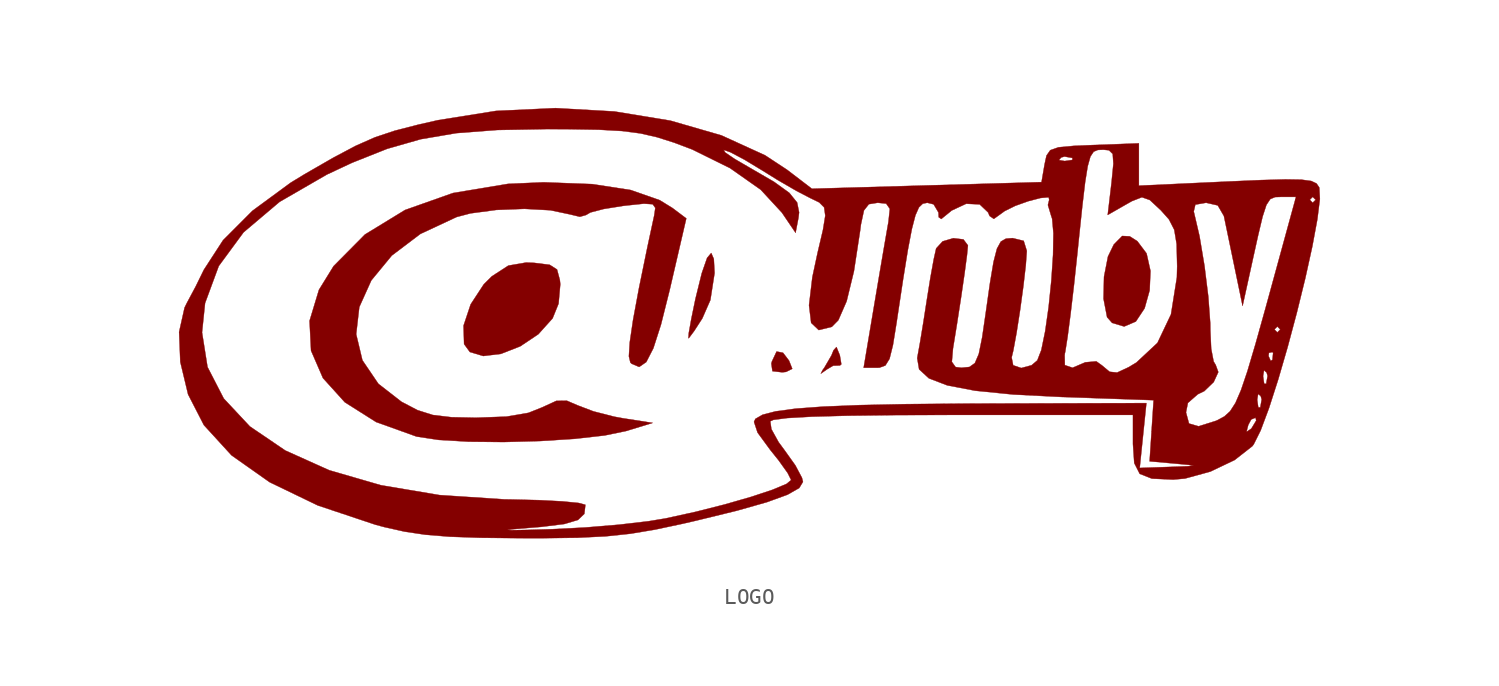
<source format=kicad_sym>
(kicad_symbol_lib
  (version 20220914)
  (generator "bitmap2component")
  (generator_version "8.0")
  (symbol "LOGO"
    (pin_names
      (offset 1.016))
    (property "Reference" "#G"
      (at 0 12.602 0)
      (effects (font (size 1.27 1.27)) hide))
    (symbol "LOGO_0_0"
      (polyline (pts (xy -13.687 -13.18) (xy -11.98 -13.096) (xy -10.485 -12.939) (xy -9.002 -12.692) (xy -7.334 -12.338) (xy -6.504 -12.147) (xy -4.025 -11.542) (xy -2.186 -11.021) (xy -0.937 -10.567) (xy -0.226 -10.162) (xy 0 -9.788) (xy -0.061 -9.541) (xy -0.461 -8.787) (xy -1.111 -7.877) (xy -1.48 -7.376) (xy -1.917 -6.586) (xy -1.984 -6.109) (xy -1.791 -6.024) (xy -0.956 -5.915) (xy 0.542 -5.83) (xy 2.716 -5.771) (xy 5.579 -5.736) (xy 9.144 -5.724) (xy 20.034 -5.724) (xy 20.034 -7.474) (xy 20.034 -7.494) (xy 20.112 -8.648) (xy 20.444 -9.302) (xy 21.182 -9.591) (xy 22.478 -9.651) (xy 23.193 -9.587) (xy 24.735 -9.165) (xy 26.204 -8.465) (xy 27.279 -7.624) (xy 27.366 -7.509) (xy 27.785 -6.669) (xy 28.291 -5.316) (xy 28.849 -3.582) (xy 29.426 -1.601) (xy 29.986 0.495) (xy 30.497 2.575) (xy 30.922 4.504) (xy 31.228 6.151) (xy 31.381 7.382) (xy 31.346 8.067) (xy 31.335 8.094) (xy 31.178 8.325) (xy 30.858 8.476) (xy 30.266 8.556) (xy 29.291 8.573) (xy 27.822 8.532) (xy 25.749 8.442) (xy 20.392 8.192) (xy 20.392 9.477) (xy 20.392 10.762) (xy 17.622 10.658) (xy 16.434 10.608) (xy 15.51 10.521) (xy 15.013 10.346) (xy 14.785 10.02) (xy 14.725 9.745) (xy 15.538 9.745) (xy 15.674 9.904) (xy 15.881 9.961) (xy 16.359 9.875) (xy 16.354 9.753) (xy 15.89 9.687) (xy 15.538 9.745) (xy 14.725 9.745) (xy 14.667 9.48) (xy 14.483 8.407) (xy 7.513 8.207) (xy 0.543 8.006) (xy -0.968 9.16) (xy -2.301 10.037) (xy -4.952 11.246) (xy -8.045 12.139) (xy -11.445 12.697) (xy -15.019 12.9) (xy -18.634 12.731) (xy -22.155 12.169) (xy -23.362 11.894) (xy -24.795 11.525) (xy -25.988 11.126) (xy -27.155 10.61) (xy -28.507 9.893) (xy -30.257 8.887) (xy -31.101 8.372) (xy -33.42 6.669) (xy -35.205 4.881) (xy -36.367 3.091) (xy -36.873 2.061) (xy -37.401 1.073) (xy -37.54 0.792) (xy -37.872 -0.688) (xy -37.871 -0.716) (xy -36.481 -0.716) (xy -36.297 1.062) (xy -35.466 3.312) (xy -33.96 5.359) (xy -31.773 7.209) (xy -28.9 8.869) (xy -27.361 9.588) (xy -25.242 10.43) (xy -23.199 11.014) (xy -21.035 11.382) (xy -18.555 11.572) (xy -15.562 11.627) (xy -14.285 11.623) (xy -12.409 11.591) (xy -10.99 11.511) (xy -9.863 11.365) (xy -8.86 11.135) (xy -7.816 10.804) (xy -6.723 10.391) (xy -4.429 9.258) (xy -2.567 7.949) (xy -1.279 6.556) (xy -0.448 5.332) (xy -0.275 6.235) (xy -0.235 6.569) (xy -0.355 7.172) (xy -0.83 7.758) (xy -1.759 8.429) (xy -3.242 9.289) (xy -4.14 9.812) (xy -4.729 10.212) (xy -4.814 10.368) (xy -4.398 10.219) (xy -3.552 9.771) (xy -2.488 9.127) (xy -1.53 8.533) (xy -0.384 7.869) (xy 0.447 7.438) (xy 0.986 7.176) (xy 1.286 6.874) (xy 1.355 6.374) (xy 1.215 5.509) (xy 0.887 4.114) (xy 0.57 2.636) (xy 0.368 0.934) (xy 0.497 -0.136) (xy 0.959 -0.574) (xy 1.751 -0.378) (xy 2.148 0.025) (xy 2.652 1.179) (xy 3.095 2.999) (xy 3.47 5.456) (xy 3.519 5.835) (xy 3.702 6.69) (xy 4.003 7.069) (xy 4.538 7.155) (xy 5.053 7.103) (xy 5.274 6.787) (xy 5.189 5.992) (xy 5.096 5.464) (xy 4.887 4.255) (xy 4.621 2.692) (xy 4.332 0.984) (xy 3.685 -2.862) (xy 4.482 -2.862) (xy 4.644 -2.856) (xy 5.003 -2.726) (xy 5.256 -2.318) (xy 5.463 -1.487) (xy 5.689 -0.089) (xy 5.716 0.099) (xy 6.079 2.504) (xy 6.369 4.296) (xy 6.611 5.562) (xy 6.827 6.393) (xy 7.04 6.875) (xy 7.274 7.1) (xy 7.549 7.155) (xy 7.933 7.06) (xy 8.228 6.563) (xy 8.241 6.277) (xy 8.397 6.17) (xy 8.882 6.563) (xy 9.029 6.685) (xy 9.909 7.095) (xy 10.728 7.057) (xy 11.238 6.57) (xy 11.331 6.353) (xy 11.588 6.176) (xy 12.081 6.53) (xy 12.245 6.65) (xy 12.888 6.968) (xy 13.685 7.252) (xy 14.43 7.445) (xy 14.92 7.489) (xy 14.948 7.329) (xy 14.871 7.02) (xy 15.069 6.359) (xy 15.128 6.181) (xy 15.205 5.308) (xy 15.183 3.996) (xy 15.079 2.438) (xy 14.914 0.825) (xy 14.704 -0.649) (xy 14.469 -1.793) (xy 14.366 -2.057) (xy 15.885 -2.057) (xy 15.928 -1.862) (xy 16.068 -0.968) (xy 16.249 0.425) (xy 16.454 2.169) (xy 16.663 4.114) (xy 16.744 4.909) (xy 16.958 6.947) (xy 17.13 8.402) (xy 17.286 9.374) (xy 17.45 9.959) (xy 17.647 10.255) (xy 17.901 10.361) (xy 18.237 10.375) (xy 18.576 10.342) (xy 18.806 10.116) (xy 18.845 9.524) (xy 18.734 8.395) (xy 18.501 6.415) (xy 19.616 7.053) (xy 19.976 7.256) (xy 20.577 7.49) (xy 21.055 7.322) (xy 21.724 6.7) (xy 22.217 6.148) (xy 22.541 5.516) (xy 22.685 4.647) (xy 22.717 3.301) (xy 22.701 2.631) (xy 22.342 0.379) (xy 21.52 -1.352) (xy 20.241 -2.545) (xy 19.762 -2.832) (xy 19.074 -3.152) (xy 18.619 -3.107) (xy 18.15 -2.716) (xy 17.809 -2.473) (xy 17.14 -2.531) (xy 16.368 -2.861) (xy 15.898 -2.703) (xy 15.885 -2.057) (xy 14.366 -2.057) (xy 14.227 -2.415) (xy 13.879 -2.709) (xy 13.253 -2.878) (xy 12.761 -2.711) (xy 12.668 -2.236) (xy 12.768 -1.824) (xy 12.966 -0.748) (xy 13.182 0.638) (xy 13.38 2.089) (xy 13.527 3.359) (xy 13.587 4.204) (xy 13.587 4.24) (xy 13.4 4.844) (xy 12.728 5.008) (xy 12.321 4.976) (xy 12.013 4.8) (xy 11.777 4.369) (xy 11.57 3.569) (xy 11.354 2.285) (xy 11.087 0.406) (xy 10.879 -1.018) (xy 10.674 -2.026) (xy 10.436 -2.58) (xy 10.106 -2.814) (xy 9.622 -2.862) (xy 9.264 -2.819) (xy 9.038 -2.501) (xy 9.107 -1.699) (xy 9.352 -0.191) (xy 9.601 1.425) (xy 9.812 2.876) (xy 9.959 3.982) (xy 10.014 4.561) (xy 10.014 4.568) (xy 9.741 4.931) (xy 9.129 5.003) (xy 8.478 4.811) (xy 8.086 4.382) (xy 8.086 4.382) (xy 7.939 3.723) (xy 7.735 2.598) (xy 7.519 1.252) (xy 7.309 -0.1) (xy 7.101 -1.362) (xy 6.95 -2.196) (xy 6.936 -2.278) (xy 7.051 -2.956) (xy 7.644 -3.503) (xy 8.763 -3.932) (xy 10.455 -4.255) (xy 12.765 -4.486) (xy 15.741 -4.637) (xy 21.286 -4.83) (xy 21.238 -5.569) (xy 23.253 -5.569) (xy 23.368 -4.997) (xy 23.969 -4.472) (xy 24.366 -4.279) (xy 24.935 -3.731) (xy 25.214 -3.123) (xy 25.057 -2.692) (xy 24.931 -2.481) (xy 24.782 -1.708) (xy 24.732 -0.613) (xy 24.726 -0.165) (xy 24.608 1.452) (xy 24.376 3.322) (xy 24.075 5.122) (xy 23.747 6.529) (xy 23.723 6.624) (xy 23.82 7.041) (xy 24.475 7.155) (xy 25.181 6.994) (xy 25.555 6.35) (xy 25.689 5.707) (xy 25.929 4.555) (xy 26.206 3.22) (xy 26.689 0.894) (xy 27.318 3.756) (xy 27.623 5.136) (xy 27.905 6.319) (xy 28.135 7.025) (xy 28.37 7.378) (xy 28.667 7.5) (xy 29.085 7.513) (xy 29.931 7.513) (xy 29.883 7.334) (xy 30.766 7.334) (xy 30.945 7.513) (xy 31.124 7.334) (xy 30.945 7.155) (xy 30.766 7.334) (xy 29.883 7.334) (xy 28.39 1.885) (xy 28.072 0.726) (xy 27.719 -0.537) (xy 28.62 -0.537) (xy 28.799 -0.358) (xy 28.977 -0.537) (xy 28.799 -0.716) (xy 28.62 -0.537) (xy 27.719 -0.537) (xy 27.463 -1.45) (xy 27.256 -2.146) (xy 28.262 -2.146) (xy 28.288 -1.957) (xy 28.5 -1.908) (xy 28.543 -1.96) (xy 28.5 -2.385) (xy 28.393 -2.441) (xy 28.262 -2.146) (xy 27.256 -2.146) (xy 26.983 -3.068) (xy 26.881 -3.369) (xy 27.932 -3.369) (xy 27.99 -3.017) (xy 28.149 -3.153) (xy 28.206 -3.36) (xy 28.12 -3.838) (xy 27.998 -3.833) (xy 27.932 -3.369) (xy 26.881 -3.369) (xy 26.592 -4.22) (xy 26.341 -4.8) (xy 27.575 -4.8) (xy 27.632 -4.448) (xy 27.791 -4.584) (xy 27.848 -4.79) (xy 27.763 -5.269) (xy 27.64 -5.264) (xy 27.575 -4.8) (xy 26.341 -4.8) (xy 26.254 -5) (xy 25.931 -5.501) (xy 25.586 -5.815) (xy 25.18 -6.035) (xy 25.068 -6.085) (xy 24.019 -6.415) (xy 23.435 -6.247) (xy 23.253 -5.569) (xy 21.238 -5.569) (xy 21.165 -6.686) (xy 21.161 -6.753) (xy 26.924 -6.753) (xy 27.033 -6.335) (xy 27.211 -6.001) (xy 27.477 -5.893) (xy 27.516 -6.066) (xy 27.233 -6.535) (xy 27.186 -6.581) (xy 26.924 -6.753) (xy 21.161 -6.753) (xy 21.044 -8.542) (xy 22.596 -8.68) (xy 23.429 -8.758) (xy 23.717 -8.808) (xy 23.349 -8.842) (xy 22.296 -8.881) (xy 20.443 -8.944) (xy 20.646 -6.976) (xy 20.849 -5.008) (xy 11.051 -5.035) (xy 9.654 -5.04) (xy 6.226 -5.071) (xy 3.437 -5.13) (xy 1.231 -5.22) (xy -0.448 -5.344) (xy -1.657 -5.507) (xy -2.451 -5.713) (xy -2.888 -5.964) (xy -2.972 -6.145) (xy -2.755 -6.799) (xy -1.985 -7.85) (xy -1.477 -8.484) (xy -0.928 -9.252) (xy -0.716 -9.678) (xy -0.993 -9.909) (xy -1.845 -10.267) (xy -3.14 -10.697) (xy -4.744 -11.158) (xy -6.523 -11.609) (xy -8.343 -12.008) (xy -9.37 -12.178) (xy -11.169 -12.388) (xy -13.205 -12.558) (xy -15.204 -12.661) (xy -16.753 -12.707) (xy -17.693 -12.723) (xy -17.951 -12.707) (xy -17.543 -12.656) (xy -16.485 -12.57) (xy -15.874 -12.52) (xy -14.487 -12.348) (xy -13.659 -12.101) (xy -13.272 -11.731) (xy -13.209 -11.188) (xy -13.214 -11.177) (xy -13.624 -11.069) (xy -14.6 -10.973) (xy -16.004 -10.9) (xy -17.7 -10.859) (xy -18.127 -10.852) (xy -22.065 -10.591) (xy -25.624 -9.992) (xy -28.759 -9.083) (xy -31.424 -7.886) (xy -33.574 -6.426) (xy -35.163 -4.728) (xy -36.148 -2.816) (xy -36.481 -0.716) (xy -37.871 -0.716) (xy -37.8 -2.511) (xy -37.328 -4.477) (xy -36.368 -6.344) (xy -34.692 -8.177) (xy -32.375 -9.81) (xy -29.447 -11.223) (xy -25.937 -12.395) (xy -25.404 -12.536) (xy -24.18 -12.81) (xy -22.912 -12.999) (xy -21.433 -13.118) (xy -19.576 -13.182) (xy -17.172 -13.207) (xy -15.804 -13.208) (xy -13.687 -13.18)) (stroke (width 0.01) (type default)) (fill (type outline)))
      (polyline (pts (xy -15.959 -7.311) (xy -13.846 -7.176) (xy -12.037 -6.971) (xy -10.732 -6.701) (xy -9.123 -6.209) (xy -10.907 -5.932) (xy -11.454 -5.832) (xy -12.721 -5.508) (xy -13.679 -5.144) (xy -14.331 -4.864) (xy -14.973 -4.872) (xy -15.83 -5.265) (xy -16.663 -5.598) (xy -17.995 -5.827) (xy -19.858 -5.896) (xy -21.333 -5.865) (xy -22.472 -5.73) (xy -23.398 -5.436) (xy -24.372 -4.927) (xy -25.773 -3.838) (xy -26.745 -2.406) (xy -27.123 -0.824) (xy -26.934 0.822) (xy -26.204 2.442) (xy -24.959 3.952) (xy -23.225 5.263) (xy -21.027 6.289) (xy -20.182 6.511) (xy -18.614 6.72) (xy -16.904 6.786) (xy -15.333 6.7) (xy -14.178 6.457) (xy -13.542 6.305) (xy -13.171 6.41) (xy -12.903 6.566) (xy -12.094 6.777) (xy -10.953 6.96) (xy -10.724 6.988) (xy -9.656 7.1) (xy -9.12 7.066) (xy -8.963 6.843) (xy -9.03 6.382) (xy -9.435 4.505) (xy -9.957 1.963) (xy -10.315 0.036) (xy -10.515 -1.325) (xy -10.567 -2.169) (xy -10.477 -2.545) (xy -10.4 -2.618) (xy -9.943 -2.812) (xy -9.513 -2.517) (xy -9.081 -1.677) (xy -8.618 -0.237) (xy -8.092 1.858) (xy -7.083 6.204) (xy -7.922 6.836) (xy -8.694 7.311) (xy -10.453 7.927) (xy -12.785 8.286) (xy -15.741 8.397) (xy -17.909 8.301) (xy -21.246 7.746) (xy -24.158 6.715) (xy -26.591 5.229) (xy -28.494 3.31) (xy -29.383 1.87) (xy -29.954 -0.015) (xy -29.863 -1.822) (xy -29.14 -3.49) (xy -27.814 -4.955) (xy -25.915 -6.157) (xy -23.474 -7.033) (xy -23.433 -7.043) (xy -22.113 -7.242) (xy -20.294 -7.349) (xy -18.175 -7.371) (xy -15.959 -7.311)) (stroke (width 0.01) (type default)) (fill (type outline)))
      (polyline (pts (xy -1.025 -3.113) (xy -0.65 -2.924) (xy -0.845 -2.43) (xy -1.21 -1.952) (xy -1.601 -1.876) (xy -1.891 -2.497) (xy -1.918 -2.612) (xy -1.853 -3.069) (xy -1.26 -3.138) (xy -1.025 -3.113)) (stroke (width 0.01) (type default)) (fill (type outline)))
      (polyline (pts (xy 1.464 -2.954) (xy 1.833 -2.736) (xy 2.245 -2.722) (xy 2.33 -2.651) (xy 2.238 -2.102) (xy 2.035 -1.603) (xy 1.857 -1.798) (xy 1.732 -2.11) (xy 1.294 -2.862) (xy 1.198 -2.993) (xy 1.083 -3.22) (xy 1.464 -2.954)) (stroke (width 0.01) (type default)) (fill (type outline)))
      (polyline (pts (xy -18.334 -2.018) (xy -17.166 -1.562) (xy -16.067 -0.828) (xy -15.199 0.137) (xy -14.837 1.03) (xy -14.732 2.211) (xy -14.76 2.471) (xy -14.93 3.104) (xy -15.376 3.389) (xy -16.318 3.506) (xy -16.806 3.526) (xy -17.888 3.339) (xy -18.888 2.69) (xy -19.381 2.199) (xy -20.173 0.988) (xy -20.605 -0.306) (xy -20.572 -1.425) (xy -20.221 -1.906) (xy -19.407 -2.149) (xy -18.334 -2.018)) (stroke (width 0.01) (type default)) (fill (type outline)))
      (polyline (pts (xy -6.915 -1.046) (xy -6.603 -0.629) (xy -6.111 0.132) (xy -5.62 1.251) (xy -5.366 2.886) (xy -5.412 3.747) (xy -5.569 4.105) (xy -5.819 3.807) (xy -6.143 2.877) (xy -6.522 1.342) (xy -6.538 1.268) (xy -6.782 0.085) (xy -6.931 -0.754) (xy -6.953 -1.073) (xy -6.915 -1.046)) (stroke (width 0.01) (type default)) (fill (type outline)))
      (polyline (pts (xy 20.209 -0.055) (xy 20.74 0.745) (xy 21.046 1.836) (xy 21.097 3.016) (xy 20.859 4.079) (xy 20.302 4.82) (xy 19.838 5.116) (xy 19.381 5.138) (xy 18.871 4.622) (xy 18.517 3.892) (xy 18.276 2.66) (xy 18.247 1.326) (xy 18.462 0.208) (xy 18.768 -0.138) (xy 19.5 -0.358) (xy 20.209 -0.055)) (stroke (width 0.01) (type default)) (fill (type outline))))))
</source>
